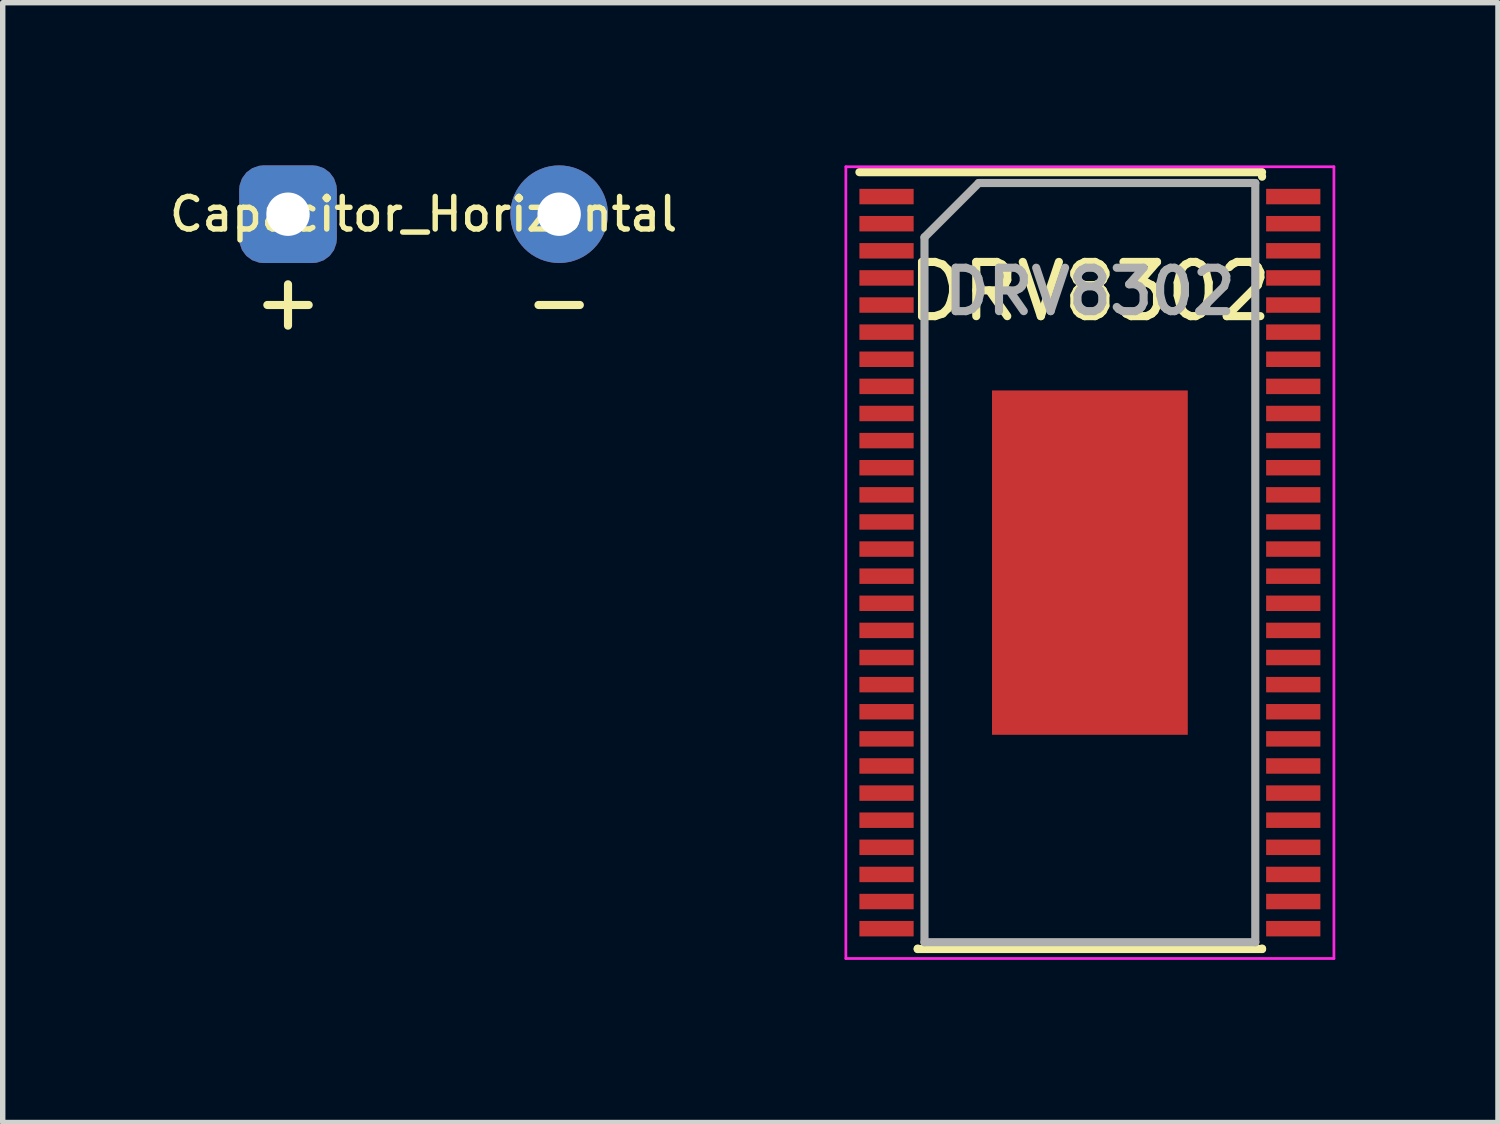
<source format=kicad_pcb>
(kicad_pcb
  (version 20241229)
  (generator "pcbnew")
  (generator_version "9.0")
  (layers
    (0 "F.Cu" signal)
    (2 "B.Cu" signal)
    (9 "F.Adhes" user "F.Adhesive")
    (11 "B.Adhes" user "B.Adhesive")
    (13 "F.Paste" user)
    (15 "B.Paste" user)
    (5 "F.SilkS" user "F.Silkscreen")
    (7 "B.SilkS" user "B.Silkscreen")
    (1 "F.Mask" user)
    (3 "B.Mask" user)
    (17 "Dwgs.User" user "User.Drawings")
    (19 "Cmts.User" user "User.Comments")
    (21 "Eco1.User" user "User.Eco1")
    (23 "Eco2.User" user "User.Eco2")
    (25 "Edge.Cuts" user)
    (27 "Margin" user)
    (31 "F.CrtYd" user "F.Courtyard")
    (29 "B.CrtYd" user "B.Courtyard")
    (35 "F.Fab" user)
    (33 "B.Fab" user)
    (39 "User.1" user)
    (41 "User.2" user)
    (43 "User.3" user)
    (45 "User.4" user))
  (footprint "Capacitor_Horizontal"
    (layer "F.Cu")
    (at 4.761 0.9)
    (property "Reference" "Capacitor_Horizontal" (at 0 0 180) (layer "F.SilkS") (effects (font (size 0.6 0.6) (thickness 0.1))))
    (attr exclude_from_pos_files exclude_from_bom)
    (fp_text user "+" (at -2.5 1.6 180) (layer "F.SilkS") (effects (font (size 1 1) (thickness 0.15))))
    (fp_text user "-" (at 2.5 1.6 180) (layer "F.SilkS") (effects (font (size 1 1) (thickness 0.15))))
    (pad "1" thru_hole roundrect (at -2.5 0 90) (size 1.8 1.8) (drill 0.8) (layers "*.Cu" "*.Mask") (roundrect_rratio 0.25))
    (pad "2" thru_hole circle (at 2.5 0) (size 1.8 1.8) (drill 0.8) (layers "*.Cu" "*.Mask")))
  (footprint "DRV8302"
    (layer "F.Cu")
    (at 17.048 7.325)
    (property "Reference" "DRV8302" (at 0 -5 0) (layer "F.SilkS") (effects (font (size 1 1) (thickness 0.15))))
    (attr smd)
    (fp_line (start -4.25 -7.2) (end 3.175 -7.2) (stroke (width 0.15) (type solid)) (layer "F.SilkS"))
    (fp_line (start -3.175 7.125) (end -3.175 7.117) (stroke (width 0.15) (type solid)) (layer "F.SilkS"))
    (fp_line (start -3.175 7.125) (end 3.175 7.125) (stroke (width 0.15) (type solid)) (layer "F.SilkS"))
    (fp_line (start 3.175 -7.125) (end 3.175 -7.117) (stroke (width 0.15) (type solid)) (layer "F.SilkS"))
    (fp_line (start 3.175 7.125) (end 3.175 7.117) (stroke (width 0.15) (type solid)) (layer "F.SilkS"))
    (fp_line (start -4.5 -7.3) (end -4.5 7.3) (stroke (width 0.05) (type solid)) (layer "F.CrtYd"))
    (fp_line (start -4.5 -7.3) (end 4.5 -7.3) (stroke (width 0.05) (type solid)) (layer "F.CrtYd"))
    (fp_line (start -4.5 7.3) (end 4.5 7.3) (stroke (width 0.05) (type solid)) (layer "F.CrtYd"))
    (fp_line (start 4.5 -7.3) (end 4.5 7.3) (stroke (width 0.05) (type solid)) (layer "F.CrtYd"))
    (fp_line (start -3.05 -6) (end -2.05 -7) (stroke (width 0.15) (type solid)) (layer "F.Fab"))
    (fp_line (start -3.05 7) (end -3.05 -6) (stroke (width 0.15) (type solid)) (layer "F.Fab"))
    (fp_line (start -2.05 -7) (end 3.05 -7) (stroke (width 0.15) (type solid)) (layer "F.Fab"))
    (fp_line (start 3.05 -7) (end 3.05 7) (stroke (width 0.15) (type solid)) (layer "F.Fab"))
    (fp_line (start 3.05 7) (end -3.05 7) (stroke (width 0.15) (type solid)) (layer "F.Fab"))
    (fp_text user "${REFERENCE}" (at 0 -5 0) (layer "F.Fab") (effects (font (size 0.8 0.8) (thickness 0.15))))
    (pad "1" smd rect (at -3.75 -6.75) (size 1 0.285) (layers "F.Cu" "F.Mask" "F.Paste"))
    (pad "2" smd rect (at -3.75 -6.25) (size 1 0.285) (layers "F.Cu" "F.Mask" "F.Paste"))
    (pad "3" smd rect (at -3.75 -5.75) (size 1 0.285) (layers "F.Cu" "F.Mask" "F.Paste"))
    (pad "4" smd rect (at -3.75 -5.25) (size 1 0.285) (layers "F.Cu" "F.Mask" "F.Paste"))
    (pad "5" smd rect (at -3.75 -4.75) (size 1 0.285) (layers "F.Cu" "F.Mask" "F.Paste"))
    (pad "6" smd rect (at -3.75 -4.25) (size 1 0.285) (layers "F.Cu" "F.Mask" "F.Paste"))
    (pad "7" smd rect (at -3.75 -3.75) (size 1 0.285) (layers "F.Cu" "F.Mask" "F.Paste"))
    (pad "8" smd rect (at -3.75 -3.25) (size 1 0.285) (layers "F.Cu" "F.Mask" "F.Paste"))
    (pad "9" smd rect (at -3.75 -2.75) (size 1 0.285) (layers "F.Cu" "F.Mask" "F.Paste"))
    (pad "10" smd rect (at -3.75 -2.25) (size 1 0.285) (layers "F.Cu" "F.Mask" "F.Paste"))
    (pad "11" smd rect (at -3.75 -1.75) (size 1 0.285) (layers "F.Cu" "F.Mask" "F.Paste"))
    (pad "12" smd rect (at -3.75 -1.25) (size 1 0.285) (layers "F.Cu" "F.Mask" "F.Paste"))
    (pad "13" smd rect (at -3.75 -0.75) (size 1 0.285) (layers "F.Cu" "F.Mask" "F.Paste"))
    (pad "14" smd rect (at -3.75 -0.25) (size 1 0.285) (layers "F.Cu" "F.Mask" "F.Paste"))
    (pad "15" smd rect (at -3.75 0.25) (size 1 0.285) (layers "F.Cu" "F.Mask" "F.Paste"))
    (pad "16" smd rect (at -3.75 0.75) (size 1 0.285) (layers "F.Cu" "F.Mask" "F.Paste"))
    (pad "17" smd rect (at -3.75 1.25) (size 1 0.285) (layers "F.Cu" "F.Mask" "F.Paste"))
    (pad "18" smd rect (at -3.75 1.75) (size 1 0.285) (layers "F.Cu" "F.Mask" "F.Paste"))
    (pad "19" smd rect (at -3.75 2.25) (size 1 0.285) (layers "F.Cu" "F.Mask" "F.Paste"))
    (pad "20" smd rect (at -3.75 2.75) (size 1 0.285) (layers "F.Cu" "F.Mask" "F.Paste"))
    (pad "21" smd rect (at -3.75 3.25) (size 1 0.285) (layers "F.Cu" "F.Mask" "F.Paste"))
    (pad "22" smd rect (at -3.75 3.75) (size 1 0.285) (layers "F.Cu" "F.Mask" "F.Paste"))
    (pad "23" smd rect (at -3.75 4.25) (size 1 0.285) (layers "F.Cu" "F.Mask" "F.Paste"))
    (pad "24" smd rect (at -3.75 4.75) (size 1 0.285) (layers "F.Cu" "F.Mask" "F.Paste"))
    (pad "25" smd rect (at -3.75 5.25) (size 1 0.285) (layers "F.Cu" "F.Mask" "F.Paste"))
    (pad "26" smd rect (at -3.75 5.75) (size 1 0.285) (layers "F.Cu" "F.Mask" "F.Paste"))
    (pad "27" smd rect (at -3.75 6.25) (size 1 0.285) (layers "F.Cu" "F.Mask" "F.Paste"))
    (pad "28" smd rect (at -3.75 6.75) (size 1 0.285) (layers "F.Cu" "F.Mask" "F.Paste"))
    (pad "29" smd rect (at 3.75 6.75) (size 1 0.285) (layers "F.Cu" "F.Mask" "F.Paste"))
    (pad "30" smd rect (at 3.75 6.25) (size 1 0.285) (layers "F.Cu" "F.Mask" "F.Paste"))
    (pad "31" smd rect (at 3.75 5.75) (size 1 0.285) (layers "F.Cu" "F.Mask" "F.Paste"))
    (pad "32" smd rect (at 3.75 5.25) (size 1 0.285) (layers "F.Cu" "F.Mask" "F.Paste"))
    (pad "33" smd rect (at 3.75 4.75) (size 1 0.285) (layers "F.Cu" "F.Mask" "F.Paste"))
    (pad "34" smd rect (at 3.75 4.25) (size 1 0.285) (layers "F.Cu" "F.Mask" "F.Paste"))
    (pad "35" smd rect (at 3.75 3.75) (size 1 0.285) (layers "F.Cu" "F.Mask" "F.Paste"))
    (pad "36" smd rect (at 3.75 3.25) (size 1 0.285) (layers "F.Cu" "F.Mask" "F.Paste"))
    (pad "37" smd rect (at 3.75 2.75) (size 1 0.285) (layers "F.Cu" "F.Mask" "F.Paste"))
    (pad "38" smd rect (at 3.75 2.25) (size 1 0.285) (layers "F.Cu" "F.Mask" "F.Paste"))
    (pad "39" smd rect (at 3.75 1.75) (size 1 0.285) (layers "F.Cu" "F.Mask" "F.Paste"))
    (pad "40" smd rect (at 3.75 1.25) (size 1 0.285) (layers "F.Cu" "F.Mask" "F.Paste"))
    (pad "41" smd rect (at 3.75 0.75) (size 1 0.285) (layers "F.Cu" "F.Mask" "F.Paste"))
    (pad "42" smd rect (at 3.75 0.25) (size 1 0.285) (layers "F.Cu" "F.Mask" "F.Paste"))
    (pad "43" smd rect (at 3.75 -0.25) (size 1 0.285) (layers "F.Cu" "F.Mask" "F.Paste"))
    (pad "44" smd rect (at 3.75 -0.75) (size 1 0.285) (layers "F.Cu" "F.Mask" "F.Paste"))
    (pad "45" smd rect (at 3.75 -1.25) (size 1 0.285) (layers "F.Cu" "F.Mask" "F.Paste"))
    (pad "46" smd rect (at 3.75 -1.75) (size 1 0.285) (layers "F.Cu" "F.Mask" "F.Paste"))
    (pad "47" smd rect (at 3.75 -2.25) (size 1 0.285) (layers "F.Cu" "F.Mask" "F.Paste"))
    (pad "48" smd rect (at 3.75 -2.75) (size 1 0.285) (layers "F.Cu" "F.Mask" "F.Paste"))
    (pad "49" smd rect (at 3.75 -3.25) (size 1 0.285) (layers "F.Cu" "F.Mask" "F.Paste"))
    (pad "50" smd rect (at 3.75 -3.75) (size 1 0.285) (layers "F.Cu" "F.Mask" "F.Paste"))
    (pad "51" smd rect (at 3.75 -4.25) (size 1 0.285) (layers "F.Cu" "F.Mask" "F.Paste"))
    (pad "52" smd rect (at 3.75 -4.75) (size 1 0.285) (layers "F.Cu" "F.Mask" "F.Paste"))
    (pad "53" smd rect (at 3.75 -5.25) (size 1 0.285) (layers "F.Cu" "F.Mask" "F.Paste"))
    (pad "54" smd rect (at 3.75 -5.75) (size 1 0.285) (layers "F.Cu" "F.Mask" "F.Paste"))
    (pad "55" smd rect (at 3.75 -6.25) (size 1 0.285) (layers "F.Cu" "F.Mask" "F.Paste"))
    (pad "56" smd rect (at 3.75 -6.75) (size 1 0.285) (layers "F.Cu" "F.Mask" "F.Paste"))
    (pad "57" smd rect (at 0 0) (size 3.61 6.35) (layers "F.Cu" "F.Mask" "F.Paste")))
  (gr_rect
    (start -3 -3)
    (end 24.573 17.65)
    (stroke (width 0.1) (type default))
    (fill no)
    (layer "Edge.Cuts")))
</source>
